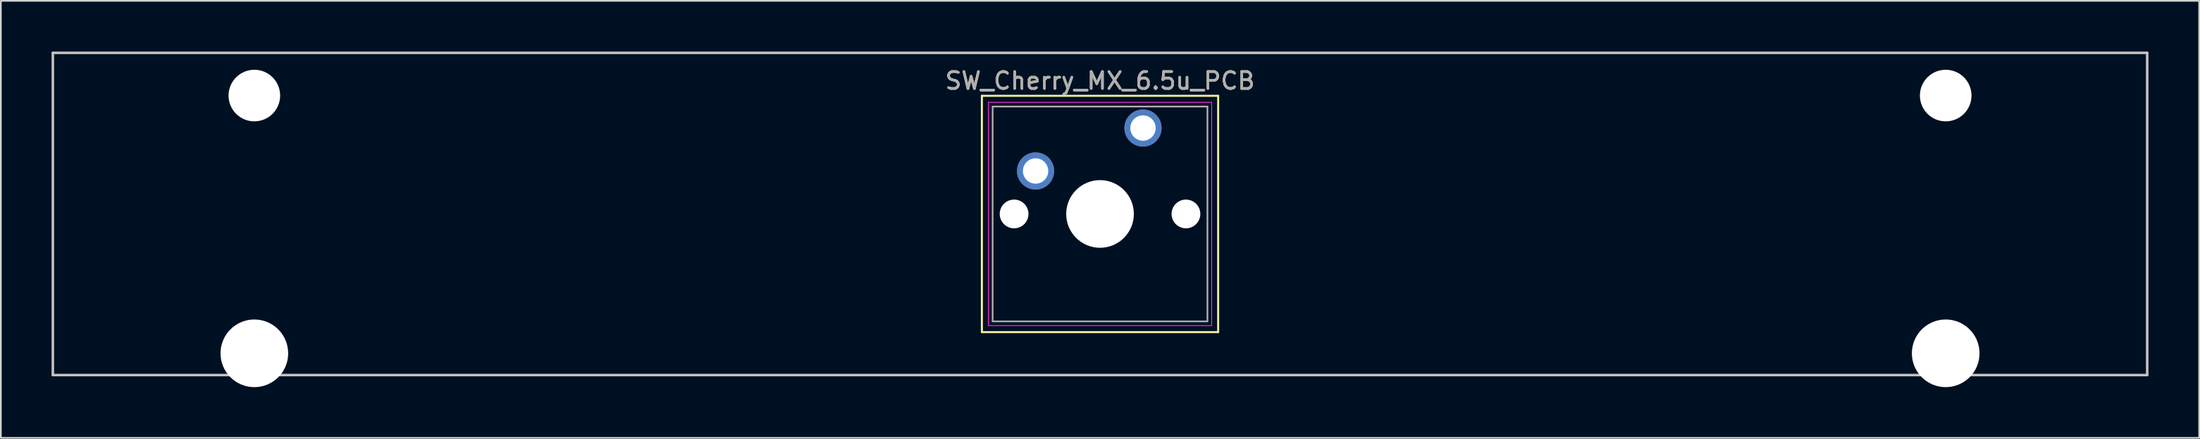
<source format=kicad_pcb>
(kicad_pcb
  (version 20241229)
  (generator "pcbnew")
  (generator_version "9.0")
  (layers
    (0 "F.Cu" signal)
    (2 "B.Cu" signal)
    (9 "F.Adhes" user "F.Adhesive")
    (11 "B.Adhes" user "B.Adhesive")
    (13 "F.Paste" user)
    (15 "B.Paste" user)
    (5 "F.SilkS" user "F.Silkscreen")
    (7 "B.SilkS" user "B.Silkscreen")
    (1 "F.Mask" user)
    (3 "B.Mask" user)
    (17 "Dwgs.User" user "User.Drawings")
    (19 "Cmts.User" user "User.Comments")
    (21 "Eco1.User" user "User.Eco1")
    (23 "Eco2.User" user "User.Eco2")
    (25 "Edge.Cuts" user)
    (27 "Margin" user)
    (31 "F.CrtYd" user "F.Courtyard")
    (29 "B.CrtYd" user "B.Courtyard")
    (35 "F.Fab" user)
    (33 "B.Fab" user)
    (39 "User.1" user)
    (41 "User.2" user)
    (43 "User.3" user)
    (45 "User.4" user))
  (footprint "SW_Cherry_MX_6.5u_PCB"
    (layer "F.Cu")
    (at 64.528 4.52)
    (property "Reference" "SW_Cherry_MX_6.5u_PCB" (at -2.54 -2.794 0) (layer "F.SilkS") (effects (font (size 1 1) (thickness 0.15))))
    (attr through_hole)
    (fp_line (start -9.525 -1.905) (end 4.445 -1.905) (stroke (width 0.12) (type solid)) (layer "F.SilkS"))
    (fp_line (start -9.525 12.065) (end -9.525 -1.905) (stroke (width 0.12) (type solid)) (layer "F.SilkS"))
    (fp_line (start 4.445 -1.905) (end 4.445 12.065) (stroke (width 0.12) (type solid)) (layer "F.SilkS"))
    (fp_line (start 4.445 12.065) (end -9.525 12.065) (stroke (width 0.12) (type solid)) (layer "F.SilkS"))
    (fp_line (start -64.453 -4.445) (end 59.373 -4.445) (stroke (width 0.15) (type solid)) (layer "Dwgs.User"))
    (fp_line (start -64.453 14.605) (end -64.453 -4.445) (stroke (width 0.15) (type solid)) (layer "Dwgs.User"))
    (fp_line (start 59.373 -4.445) (end 59.373 14.605) (stroke (width 0.15) (type solid)) (layer "Dwgs.User"))
    (fp_line (start 59.373 14.605) (end -64.453 14.605) (stroke (width 0.15) (type solid)) (layer "Dwgs.User"))
    (fp_line (start -9.14 -1.52) (end 4.06 -1.52) (stroke (width 0.05) (type solid)) (layer "F.CrtYd"))
    (fp_line (start -9.14 11.68) (end -9.14 -1.52) (stroke (width 0.05) (type solid)) (layer "F.CrtYd"))
    (fp_line (start 4.06 -1.52) (end 4.06 11.68) (stroke (width 0.05) (type solid)) (layer "F.CrtYd"))
    (fp_line (start 4.06 11.68) (end -9.14 11.68) (stroke (width 0.05) (type solid)) (layer "F.CrtYd"))
    (fp_line (start -8.89 -1.27) (end 3.81 -1.27) (stroke (width 0.1) (type solid)) (layer "F.Fab"))
    (fp_line (start -8.89 11.43) (end -8.89 -1.27) (stroke (width 0.1) (type solid)) (layer "F.Fab"))
    (fp_line (start 3.81 -1.27) (end 3.81 11.43) (stroke (width 0.1) (type solid)) (layer "F.Fab"))
    (fp_line (start 3.81 11.43) (end -8.89 11.43) (stroke (width 0.1) (type solid)) (layer "F.Fab"))
    (fp_text user "${REFERENCE}" (at -2.54 -2.794 0) (layer "F.Fab") (effects (font (size 1 1) (thickness 0.15))))
    (pad "" np_thru_hole circle (at -52.54 -1.92) (size 3.05 3.05) (drill 3.05) (layers "*.Cu" "*.Mask"))
    (pad "" np_thru_hole circle (at -52.54 13.32) (size 4 4) (drill 4) (layers "*.Cu" "*.Mask"))
    (pad "" np_thru_hole circle (at -7.62 5.08) (size 1.7 1.7) (drill 1.7) (layers "*.Cu" "*.Mask"))
    (pad "" np_thru_hole circle (at -2.54 5.08) (size 4 4) (drill 4) (layers "*.Cu" "*.Mask"))
    (pad "" np_thru_hole circle (at 2.54 5.08) (size 1.7 1.7) (drill 1.7) (layers "*.Cu" "*.Mask"))
    (pad "" np_thru_hole circle (at 47.46 -1.92) (size 3.05 3.05) (drill 3.05) (layers "*.Cu" "*.Mask"))
    (pad "" np_thru_hole circle (at 47.46 13.32) (size 4 4) (drill 4) (layers "*.Cu" "*.Mask"))
    (pad "1" thru_hole circle (at 0 0) (size 2.2 2.2) (drill 1.5) (layers "*.Cu" "*.Mask"))
    (pad "2" thru_hole circle (at -6.35 2.54) (size 2.2 2.2) (drill 1.5) (layers "*.Cu" "*.Mask")))
  (gr_rect
    (start -3 -3)
    (end 126.975 22.84)
    (stroke (width 0.1) (type default))
    (fill no)
    (layer "Edge.Cuts")))
</source>
